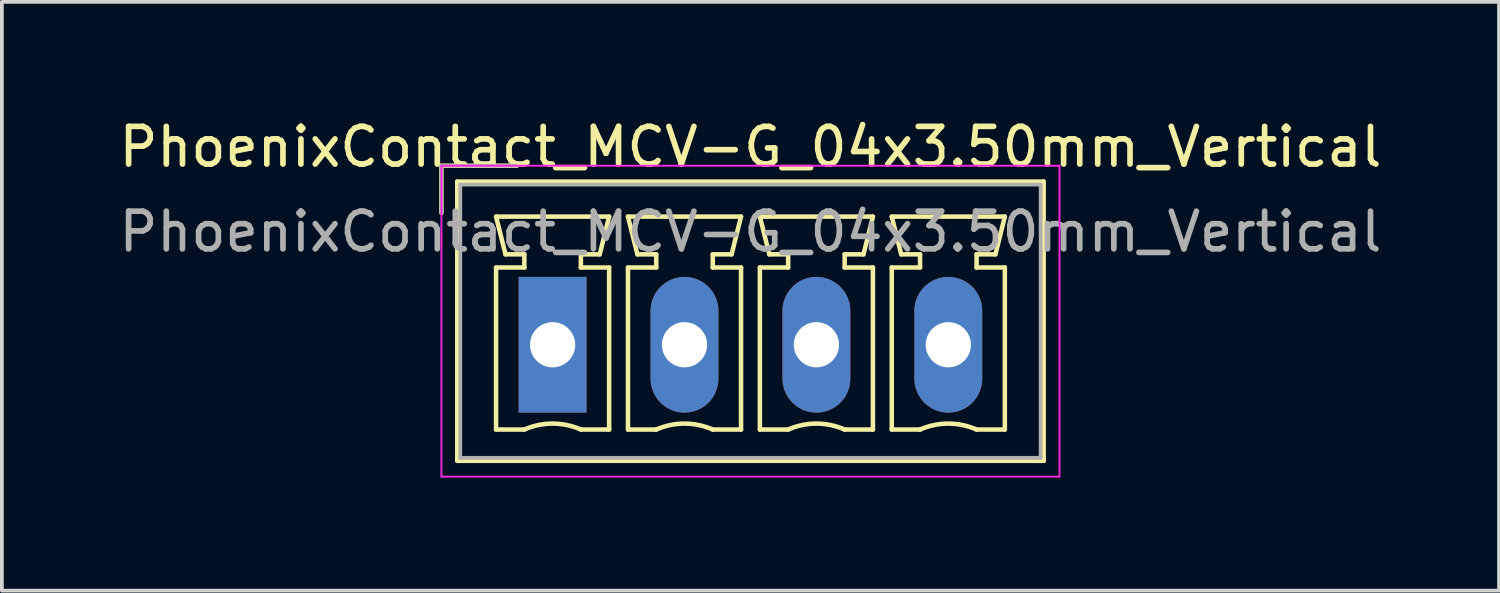
<source format=kicad_pcb>
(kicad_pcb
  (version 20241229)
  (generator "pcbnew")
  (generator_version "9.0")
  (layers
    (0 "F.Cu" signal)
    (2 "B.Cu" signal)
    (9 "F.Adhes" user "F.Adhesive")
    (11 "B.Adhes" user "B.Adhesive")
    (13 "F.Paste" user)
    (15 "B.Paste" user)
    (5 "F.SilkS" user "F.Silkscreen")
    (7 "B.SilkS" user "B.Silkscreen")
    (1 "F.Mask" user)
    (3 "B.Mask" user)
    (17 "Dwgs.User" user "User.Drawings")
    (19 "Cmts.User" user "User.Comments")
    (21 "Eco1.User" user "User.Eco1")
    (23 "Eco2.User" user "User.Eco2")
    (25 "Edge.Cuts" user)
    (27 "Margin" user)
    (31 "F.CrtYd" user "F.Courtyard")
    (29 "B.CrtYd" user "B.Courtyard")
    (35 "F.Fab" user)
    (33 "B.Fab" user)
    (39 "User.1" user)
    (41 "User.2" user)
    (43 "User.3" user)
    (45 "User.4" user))
  (footprint "PhoenixContact_MCV-G_04x3.50mm_Vertical"
    (layer "F.Cu")
    (at 11.613 6.098)
    (property "Reference" "PhoenixContact_MCV-G_04x3.50mm_Vertical" (at 5.25 -5.25 0) (layer "F.SilkS") (effects (font (size 1 1) (thickness 0.15))))
    (attr through_hole)
    (fp_line (start -2.95 -4.75) (end -0.95 -4.75) (stroke (width 0.12) (type solid)) (layer "F.SilkS"))
    (fp_line (start -2.95 -3.5) (end -2.95 -4.75) (stroke (width 0.12) (type solid)) (layer "F.SilkS"))
    (fp_line (start -2.53 -4.33) (end -2.53 3.08) (stroke (width 0.12) (type solid)) (layer "F.SilkS"))
    (fp_line (start -2.53 3.08) (end 13.03 3.08) (stroke (width 0.12) (type solid)) (layer "F.SilkS"))
    (fp_line (start -1.5 -3.4) (end 1.5 -3.4) (stroke (width 0.12) (type solid)) (layer "F.SilkS"))
    (fp_line (start -1.5 -2.05) (end -0.75 -2.05) (stroke (width 0.12) (type solid)) (layer "F.SilkS"))
    (fp_line (start -1.5 2.25) (end -1.5 -2.05) (stroke (width 0.12) (type solid)) (layer "F.SilkS"))
    (fp_line (start -1.25 -2.4) (end -1.5 -3.4) (stroke (width 0.12) (type solid)) (layer "F.SilkS"))
    (fp_line (start -0.75 -2.4) (end -1.25 -2.4) (stroke (width 0.12) (type solid)) (layer "F.SilkS"))
    (fp_line (start -0.75 -2.05) (end -0.75 -2.4) (stroke (width 0.12) (type solid)) (layer "F.SilkS"))
    (fp_line (start -0.75 2.25) (end -1.5 2.25) (stroke (width 0.12) (type solid)) (layer "F.SilkS"))
    (fp_line (start 0.75 -2.4) (end 0.75 -2.05) (stroke (width 0.12) (type solid)) (layer "F.SilkS"))
    (fp_line (start 0.75 -2.05) (end 1.5 -2.05) (stroke (width 0.12) (type solid)) (layer "F.SilkS"))
    (fp_line (start 1.25 -2.4) (end 0.75 -2.4) (stroke (width 0.12) (type solid)) (layer "F.SilkS"))
    (fp_line (start 1.5 -3.4) (end 1.25 -2.4) (stroke (width 0.12) (type solid)) (layer "F.SilkS"))
    (fp_line (start 1.5 -2.05) (end 1.5 2.25) (stroke (width 0.12) (type solid)) (layer "F.SilkS"))
    (fp_line (start 1.5 2.25) (end 0.75 2.25) (stroke (width 0.12) (type solid)) (layer "F.SilkS"))
    (fp_line (start 2 -3.4) (end 5 -3.4) (stroke (width 0.12) (type solid)) (layer "F.SilkS"))
    (fp_line (start 2 -2.05) (end 2.75 -2.05) (stroke (width 0.12) (type solid)) (layer "F.SilkS"))
    (fp_line (start 2 2.25) (end 2 -2.05) (stroke (width 0.12) (type solid)) (layer "F.SilkS"))
    (fp_line (start 2.25 -2.4) (end 2 -3.4) (stroke (width 0.12) (type solid)) (layer "F.SilkS"))
    (fp_line (start 2.75 -2.4) (end 2.25 -2.4) (stroke (width 0.12) (type solid)) (layer "F.SilkS"))
    (fp_line (start 2.75 -2.05) (end 2.75 -2.4) (stroke (width 0.12) (type solid)) (layer "F.SilkS"))
    (fp_line (start 2.75 2.25) (end 2 2.25) (stroke (width 0.12) (type solid)) (layer "F.SilkS"))
    (fp_line (start 4.25 -2.4) (end 4.25 -2.05) (stroke (width 0.12) (type solid)) (layer "F.SilkS"))
    (fp_line (start 4.25 -2.05) (end 5 -2.05) (stroke (width 0.12) (type solid)) (layer "F.SilkS"))
    (fp_line (start 4.75 -2.4) (end 4.25 -2.4) (stroke (width 0.12) (type solid)) (layer "F.SilkS"))
    (fp_line (start 5 -3.4) (end 4.75 -2.4) (stroke (width 0.12) (type solid)) (layer "F.SilkS"))
    (fp_line (start 5 -2.05) (end 5 2.25) (stroke (width 0.12) (type solid)) (layer "F.SilkS"))
    (fp_line (start 5 2.25) (end 4.25 2.25) (stroke (width 0.12) (type solid)) (layer "F.SilkS"))
    (fp_line (start 5.5 -3.4) (end 8.5 -3.4) (stroke (width 0.12) (type solid)) (layer "F.SilkS"))
    (fp_line (start 5.5 -2.05) (end 6.25 -2.05) (stroke (width 0.12) (type solid)) (layer "F.SilkS"))
    (fp_line (start 5.5 2.25) (end 5.5 -2.05) (stroke (width 0.12) (type solid)) (layer "F.SilkS"))
    (fp_line (start 5.75 -2.4) (end 5.5 -3.4) (stroke (width 0.12) (type solid)) (layer "F.SilkS"))
    (fp_line (start 6.25 -2.4) (end 5.75 -2.4) (stroke (width 0.12) (type solid)) (layer "F.SilkS"))
    (fp_line (start 6.25 -2.05) (end 6.25 -2.4) (stroke (width 0.12) (type solid)) (layer "F.SilkS"))
    (fp_line (start 6.25 2.25) (end 5.5 2.25) (stroke (width 0.12) (type solid)) (layer "F.SilkS"))
    (fp_line (start 7.75 -2.4) (end 7.75 -2.05) (stroke (width 0.12) (type solid)) (layer "F.SilkS"))
    (fp_line (start 7.75 -2.05) (end 8.5 -2.05) (stroke (width 0.12) (type solid)) (layer "F.SilkS"))
    (fp_line (start 8.25 -2.4) (end 7.75 -2.4) (stroke (width 0.12) (type solid)) (layer "F.SilkS"))
    (fp_line (start 8.5 -3.4) (end 8.25 -2.4) (stroke (width 0.12) (type solid)) (layer "F.SilkS"))
    (fp_line (start 8.5 -2.05) (end 8.5 2.25) (stroke (width 0.12) (type solid)) (layer "F.SilkS"))
    (fp_line (start 8.5 2.25) (end 7.75 2.25) (stroke (width 0.12) (type solid)) (layer "F.SilkS"))
    (fp_line (start 9 -3.4) (end 12 -3.4) (stroke (width 0.12) (type solid)) (layer "F.SilkS"))
    (fp_line (start 9 -2.05) (end 9.75 -2.05) (stroke (width 0.12) (type solid)) (layer "F.SilkS"))
    (fp_line (start 9 2.25) (end 9 -2.05) (stroke (width 0.12) (type solid)) (layer "F.SilkS"))
    (fp_line (start 9.25 -2.4) (end 9 -3.4) (stroke (width 0.12) (type solid)) (layer "F.SilkS"))
    (fp_line (start 9.75 -2.4) (end 9.25 -2.4) (stroke (width 0.12) (type solid)) (layer "F.SilkS"))
    (fp_line (start 9.75 -2.05) (end 9.75 -2.4) (stroke (width 0.12) (type solid)) (layer "F.SilkS"))
    (fp_line (start 9.75 2.25) (end 9 2.25) (stroke (width 0.12) (type solid)) (layer "F.SilkS"))
    (fp_line (start 11.25 -2.4) (end 11.25 -2.05) (stroke (width 0.12) (type solid)) (layer "F.SilkS"))
    (fp_line (start 11.25 -2.05) (end 12 -2.05) (stroke (width 0.12) (type solid)) (layer "F.SilkS"))
    (fp_line (start 11.75 -2.4) (end 11.25 -2.4) (stroke (width 0.12) (type solid)) (layer "F.SilkS"))
    (fp_line (start 12 -3.4) (end 11.75 -2.4) (stroke (width 0.12) (type solid)) (layer "F.SilkS"))
    (fp_line (start 12 -2.05) (end 12 2.25) (stroke (width 0.12) (type solid)) (layer "F.SilkS"))
    (fp_line (start 12 2.25) (end 11.25 2.25) (stroke (width 0.12) (type solid)) (layer "F.SilkS"))
    (fp_line (start 13.03 -4.33) (end -2.53 -4.33) (stroke (width 0.12) (type solid)) (layer "F.SilkS"))
    (fp_line (start 13.03 3.08) (end 13.03 -4.33) (stroke (width 0.12) (type solid)) (layer "F.SilkS"))
    (fp_arc (start -0.75 2.25) (mid -0.000193 2.09191) (end 0.749647 2.249844) (stroke (width 0.12) (type solid)) (layer "F.SilkS"))
    (fp_arc (start 2.75 2.25) (mid 3.499807 2.09191) (end 4.249647 2.249844) (stroke (width 0.12) (type solid)) (layer "F.SilkS"))
    (fp_arc (start 6.25 2.25) (mid 6.999807 2.09191) (end 7.749647 2.249844) (stroke (width 0.12) (type solid)) (layer "F.SilkS"))
    (fp_arc (start 9.75 2.25) (mid 10.499807 2.09191) (end 11.249647 2.249844) (stroke (width 0.12) (type solid)) (layer "F.SilkS"))
    (fp_line (start -2.95 -4.75) (end -2.95 3.5) (stroke (width 0.05) (type solid)) (layer "F.CrtYd"))
    (fp_line (start -2.95 3.5) (end 13.45 3.5) (stroke (width 0.05) (type solid)) (layer "F.CrtYd"))
    (fp_line (start 13.45 -4.75) (end -2.95 -4.75) (stroke (width 0.05) (type solid)) (layer "F.CrtYd"))
    (fp_line (start 13.45 3.5) (end 13.45 -4.75) (stroke (width 0.05) (type solid)) (layer "F.CrtYd"))
    (fp_line (start -2.95 -4.75) (end -0.95 -4.75) (stroke (width 0.1) (type solid)) (layer "F.Fab"))
    (fp_line (start -2.95 -3.5) (end -2.95 -4.75) (stroke (width 0.1) (type solid)) (layer "F.Fab"))
    (fp_line (start -2.45 -4.25) (end -2.45 3) (stroke (width 0.1) (type solid)) (layer "F.Fab"))
    (fp_line (start -2.45 3) (end 12.95 3) (stroke (width 0.1) (type solid)) (layer "F.Fab"))
    (fp_line (start 12.95 -4.25) (end -2.45 -4.25) (stroke (width 0.1) (type solid)) (layer "F.Fab"))
    (fp_line (start 12.95 3) (end 12.95 -4.25) (stroke (width 0.1) (type solid)) (layer "F.Fab"))
    (fp_text user "${REFERENCE}" (at 5.25 -3 0) (layer "F.Fab") (effects (font (size 1 1) (thickness 0.15))))
    (pad "1" thru_hole rect (at 0 0) (size 1.8 3.6) (drill 1.2) (layers "*.Cu" "*.Mask"))
    (pad "2" thru_hole oval (at 3.5 0) (size 1.8 3.6) (drill 1.2) (layers "*.Cu" "*.Mask"))
    (pad "3" thru_hole oval (at 7 0) (size 1.8 3.6) (drill 1.2) (layers "*.Cu" "*.Mask"))
    (pad "4" thru_hole oval (at 10.5 0) (size 1.8 3.6) (drill 1.2) (layers "*.Cu" "*.Mask")))
  (gr_rect
    (start -3 -3)
    (end 36.726 12.623)
    (stroke (width 0.1) (type default))
    (fill no)
    (layer "Edge.Cuts")))
</source>
